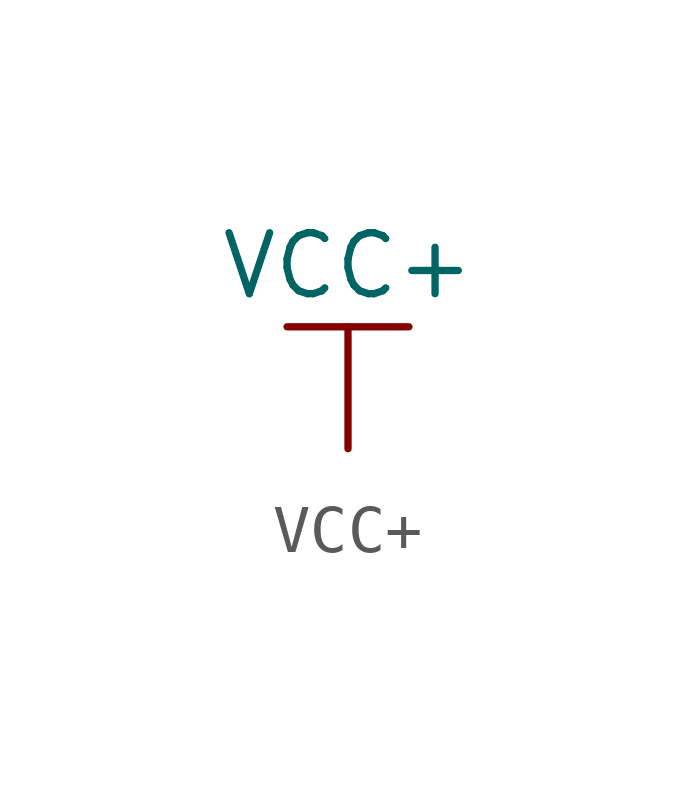
<source format=kicad_sym>
(kicad_symbol_lib
  (version 20211014)
  (generator kicad_symbol_editor)
  (symbol "VCC+"
    (power)
    (pin_names
      (offset 0))
    (property "Reference" "#PWR"
      (at 0 -3.81 0)
      (effects (font (size 1.27 1.27)) hide))
    (property "Value" "VCC+"
      (at 0 3.81 0)
      (effects (font (size 1.27 1.27))))
    (symbol "VCC+_0_1"
      (polyline (pts (xy -1.27 2.54) (xy 1.27 2.54)) (stroke (width 0.152) (type default) (color 0 0 0 0)) (fill (type none)))
      (polyline (pts (xy 0 0) (xy 0 2.54)) (stroke (width 0.152) (type default) (color 0 0 0 0)) (fill (type none))))
    (symbol "VCC+_1_1"
      (pin power_in line (at 0 0 90) (length 0) hide (name "VCC+" (effects (font (size 1.27 1.27)))) (number "1" (effects (font (size 1.27 1.27))))))))
</source>
